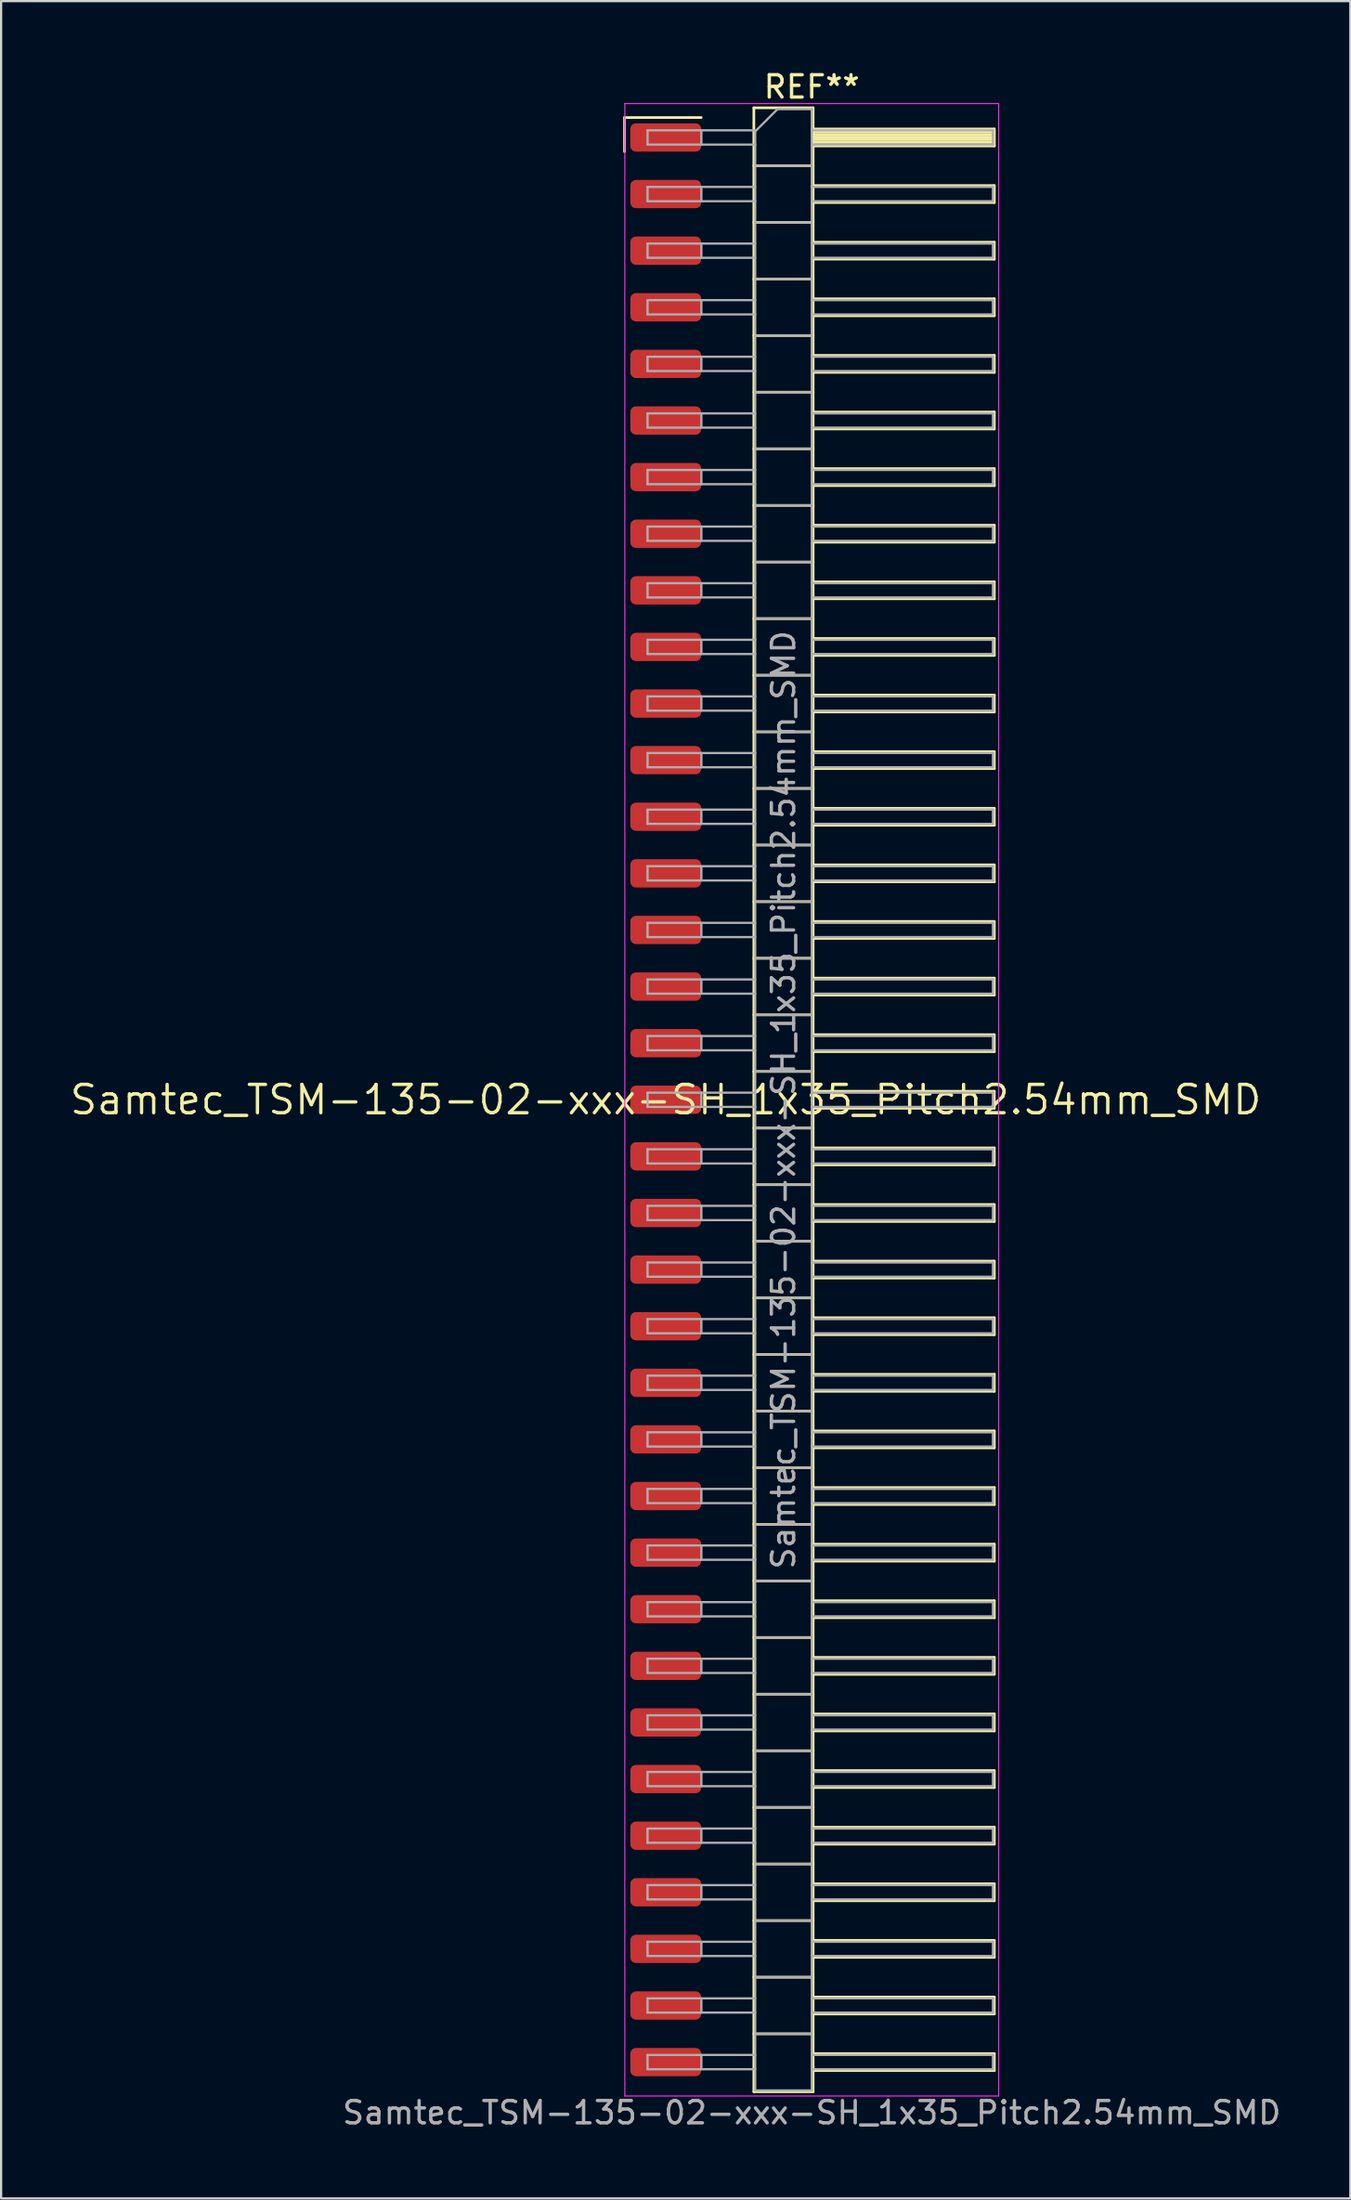
<source format=kicad_pcb>
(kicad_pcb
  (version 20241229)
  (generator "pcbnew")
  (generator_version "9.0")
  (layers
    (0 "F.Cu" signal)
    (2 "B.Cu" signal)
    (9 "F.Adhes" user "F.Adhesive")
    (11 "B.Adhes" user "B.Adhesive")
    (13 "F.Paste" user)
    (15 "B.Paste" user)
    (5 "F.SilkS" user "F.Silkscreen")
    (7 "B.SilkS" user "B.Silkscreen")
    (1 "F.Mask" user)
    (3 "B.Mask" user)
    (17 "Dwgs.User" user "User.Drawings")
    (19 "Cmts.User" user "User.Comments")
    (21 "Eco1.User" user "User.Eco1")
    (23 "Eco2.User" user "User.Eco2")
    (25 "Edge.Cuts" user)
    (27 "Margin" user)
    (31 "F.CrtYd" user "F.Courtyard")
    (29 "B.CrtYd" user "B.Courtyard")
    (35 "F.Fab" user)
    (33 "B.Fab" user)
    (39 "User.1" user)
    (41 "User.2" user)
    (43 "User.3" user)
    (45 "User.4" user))
  (footprint "Samtec_TSM-135-02-xxx-SH_1x35_Pitch2.54mm_SMD"
    (layer "F.Cu")
    (at 26.828 46.298)
    (property "Reference" "Samtec_TSM-135-02-xxx-SH_1x35_Pitch2.54mm_SMD" (at 0 0 0) (layer "F.SilkS") (effects (font (size 1.27 1.27) (thickness 0.15))))
    (attr smd)
    (fp_line (start -1.85 -44.075) (end 1.59 -44.075) (stroke (width 0.12) (type solid)) (layer "F.SilkS"))
    (fp_line (start -1.85 -42.545) (end -1.85 -44.075) (stroke (width 0.12) (type solid)) (layer "F.SilkS"))
    (fp_line (start 3.953 -44.51) (end 6.613 -44.51) (stroke (width 0.12) (type solid)) (layer "F.SilkS"))
    (fp_line (start 3.953 -41.91) (end 6.613 -41.91) (stroke (width 0.12) (type solid)) (layer "F.SilkS"))
    (fp_line (start 3.953 -39.37) (end 6.613 -39.37) (stroke (width 0.12) (type solid)) (layer "F.SilkS"))
    (fp_line (start 3.953 -36.83) (end 6.613 -36.83) (stroke (width 0.12) (type solid)) (layer "F.SilkS"))
    (fp_line (start 3.953 -34.29) (end 6.613 -34.29) (stroke (width 0.12) (type solid)) (layer "F.SilkS"))
    (fp_line (start 3.953 -31.75) (end 6.613 -31.75) (stroke (width 0.12) (type solid)) (layer "F.SilkS"))
    (fp_line (start 3.953 -29.21) (end 6.613 -29.21) (stroke (width 0.12) (type solid)) (layer "F.SilkS"))
    (fp_line (start 3.953 -26.67) (end 6.613 -26.67) (stroke (width 0.12) (type solid)) (layer "F.SilkS"))
    (fp_line (start 3.953 -24.13) (end 6.613 -24.13) (stroke (width 0.12) (type solid)) (layer "F.SilkS"))
    (fp_line (start 3.953 -21.59) (end 6.613 -21.59) (stroke (width 0.12) (type solid)) (layer "F.SilkS"))
    (fp_line (start 3.953 -19.05) (end 6.613 -19.05) (stroke (width 0.12) (type solid)) (layer "F.SilkS"))
    (fp_line (start 3.953 -16.51) (end 6.613 -16.51) (stroke (width 0.12) (type solid)) (layer "F.SilkS"))
    (fp_line (start 3.953 -13.97) (end 6.613 -13.97) (stroke (width 0.12) (type solid)) (layer "F.SilkS"))
    (fp_line (start 3.953 -11.43) (end 6.613 -11.43) (stroke (width 0.12) (type solid)) (layer "F.SilkS"))
    (fp_line (start 3.953 -8.89) (end 6.613 -8.89) (stroke (width 0.12) (type solid)) (layer "F.SilkS"))
    (fp_line (start 3.953 -6.35) (end 6.613 -6.35) (stroke (width 0.12) (type solid)) (layer "F.SilkS"))
    (fp_line (start 3.953 -3.81) (end 6.613 -3.81) (stroke (width 0.12) (type solid)) (layer "F.SilkS"))
    (fp_line (start 3.953 -1.27) (end 6.613 -1.27) (stroke (width 0.12) (type solid)) (layer "F.SilkS"))
    (fp_line (start 3.953 1.27) (end 6.613 1.27) (stroke (width 0.12) (type solid)) (layer "F.SilkS"))
    (fp_line (start 3.953 3.81) (end 6.613 3.81) (stroke (width 0.12) (type solid)) (layer "F.SilkS"))
    (fp_line (start 3.953 6.35) (end 6.613 6.35) (stroke (width 0.12) (type solid)) (layer "F.SilkS"))
    (fp_line (start 3.953 8.89) (end 6.613 8.89) (stroke (width 0.12) (type solid)) (layer "F.SilkS"))
    (fp_line (start 3.953 11.43) (end 6.613 11.43) (stroke (width 0.12) (type solid)) (layer "F.SilkS"))
    (fp_line (start 3.953 13.97) (end 6.613 13.97) (stroke (width 0.12) (type solid)) (layer "F.SilkS"))
    (fp_line (start 3.953 16.51) (end 6.613 16.51) (stroke (width 0.12) (type solid)) (layer "F.SilkS"))
    (fp_line (start 3.953 19.05) (end 6.613 19.05) (stroke (width 0.12) (type solid)) (layer "F.SilkS"))
    (fp_line (start 3.953 21.59) (end 6.613 21.59) (stroke (width 0.12) (type solid)) (layer "F.SilkS"))
    (fp_line (start 3.953 24.13) (end 6.613 24.13) (stroke (width 0.12) (type solid)) (layer "F.SilkS"))
    (fp_line (start 3.953 26.67) (end 6.613 26.67) (stroke (width 0.12) (type solid)) (layer "F.SilkS"))
    (fp_line (start 3.953 29.21) (end 6.613 29.21) (stroke (width 0.12) (type solid)) (layer "F.SilkS"))
    (fp_line (start 3.953 31.75) (end 6.613 31.75) (stroke (width 0.12) (type solid)) (layer "F.SilkS"))
    (fp_line (start 3.953 34.29) (end 6.613 34.29) (stroke (width 0.12) (type solid)) (layer "F.SilkS"))
    (fp_line (start 3.953 36.83) (end 6.613 36.83) (stroke (width 0.12) (type solid)) (layer "F.SilkS"))
    (fp_line (start 3.953 39.37) (end 6.613 39.37) (stroke (width 0.12) (type solid)) (layer "F.SilkS"))
    (fp_line (start 3.953 41.91) (end 6.613 41.91) (stroke (width 0.12) (type solid)) (layer "F.SilkS"))
    (fp_line (start 3.953 44.51) (end 3.953 -44.51) (stroke (width 0.12) (type solid)) (layer "F.SilkS"))
    (fp_line (start 6.613 -44.51) (end 6.613 44.51) (stroke (width 0.12) (type solid)) (layer "F.SilkS"))
    (fp_line (start 6.613 -43.56) (end 14.743 -43.56) (stroke (width 0.12) (type solid)) (layer "F.SilkS"))
    (fp_line (start 6.613 -43.44) (end 14.743 -43.44) (stroke (width 0.12) (type solid)) (layer "F.SilkS"))
    (fp_line (start 6.613 -43.32) (end 14.743 -43.32) (stroke (width 0.12) (type solid)) (layer "F.SilkS"))
    (fp_line (start 6.613 -43.2) (end 14.743 -43.2) (stroke (width 0.12) (type solid)) (layer "F.SilkS"))
    (fp_line (start 6.613 -43.08) (end 14.743 -43.08) (stroke (width 0.12) (type solid)) (layer "F.SilkS"))
    (fp_line (start 6.613 -42.96) (end 14.743 -42.96) (stroke (width 0.12) (type solid)) (layer "F.SilkS"))
    (fp_line (start 6.613 -42.84) (end 14.743 -42.84) (stroke (width 0.12) (type solid)) (layer "F.SilkS"))
    (fp_line (start 6.613 -42.8) (end 14.743 -42.8) (stroke (width 0.12) (type solid)) (layer "F.SilkS"))
    (fp_line (start 6.613 -41.02) (end 14.743 -41.02) (stroke (width 0.12) (type solid)) (layer "F.SilkS"))
    (fp_line (start 6.613 -40.26) (end 14.743 -40.26) (stroke (width 0.12) (type solid)) (layer "F.SilkS"))
    (fp_line (start 6.613 -38.48) (end 14.743 -38.48) (stroke (width 0.12) (type solid)) (layer "F.SilkS"))
    (fp_line (start 6.613 -37.72) (end 14.743 -37.72) (stroke (width 0.12) (type solid)) (layer "F.SilkS"))
    (fp_line (start 6.613 -35.94) (end 14.743 -35.94) (stroke (width 0.12) (type solid)) (layer "F.SilkS"))
    (fp_line (start 6.613 -35.18) (end 14.743 -35.18) (stroke (width 0.12) (type solid)) (layer "F.SilkS"))
    (fp_line (start 6.613 -33.4) (end 14.743 -33.4) (stroke (width 0.12) (type solid)) (layer "F.SilkS"))
    (fp_line (start 6.613 -32.64) (end 14.743 -32.64) (stroke (width 0.12) (type solid)) (layer "F.SilkS"))
    (fp_line (start 6.613 -30.86) (end 14.743 -30.86) (stroke (width 0.12) (type solid)) (layer "F.SilkS"))
    (fp_line (start 6.613 -30.1) (end 14.743 -30.1) (stroke (width 0.12) (type solid)) (layer "F.SilkS"))
    (fp_line (start 6.613 -28.32) (end 14.743 -28.32) (stroke (width 0.12) (type solid)) (layer "F.SilkS"))
    (fp_line (start 6.613 -27.56) (end 14.743 -27.56) (stroke (width 0.12) (type solid)) (layer "F.SilkS"))
    (fp_line (start 6.613 -25.78) (end 14.743 -25.78) (stroke (width 0.12) (type solid)) (layer "F.SilkS"))
    (fp_line (start 6.613 -25.02) (end 14.743 -25.02) (stroke (width 0.12) (type solid)) (layer "F.SilkS"))
    (fp_line (start 6.613 -23.24) (end 14.743 -23.24) (stroke (width 0.12) (type solid)) (layer "F.SilkS"))
    (fp_line (start 6.613 -22.48) (end 14.743 -22.48) (stroke (width 0.12) (type solid)) (layer "F.SilkS"))
    (fp_line (start 6.613 -20.7) (end 14.743 -20.7) (stroke (width 0.12) (type solid)) (layer "F.SilkS"))
    (fp_line (start 6.613 -19.94) (end 14.743 -19.94) (stroke (width 0.12) (type solid)) (layer "F.SilkS"))
    (fp_line (start 6.613 -18.16) (end 14.743 -18.16) (stroke (width 0.12) (type solid)) (layer "F.SilkS"))
    (fp_line (start 6.613 -17.4) (end 14.743 -17.4) (stroke (width 0.12) (type solid)) (layer "F.SilkS"))
    (fp_line (start 6.613 -15.62) (end 14.743 -15.62) (stroke (width 0.12) (type solid)) (layer "F.SilkS"))
    (fp_line (start 6.613 -14.86) (end 14.743 -14.86) (stroke (width 0.12) (type solid)) (layer "F.SilkS"))
    (fp_line (start 6.613 -13.08) (end 14.743 -13.08) (stroke (width 0.12) (type solid)) (layer "F.SilkS"))
    (fp_line (start 6.613 -12.32) (end 14.743 -12.32) (stroke (width 0.12) (type solid)) (layer "F.SilkS"))
    (fp_line (start 6.613 -10.54) (end 14.743 -10.54) (stroke (width 0.12) (type solid)) (layer "F.SilkS"))
    (fp_line (start 6.613 -9.78) (end 14.743 -9.78) (stroke (width 0.12) (type solid)) (layer "F.SilkS"))
    (fp_line (start 6.613 -8) (end 14.743 -8) (stroke (width 0.12) (type solid)) (layer "F.SilkS"))
    (fp_line (start 6.613 -7.24) (end 14.743 -7.24) (stroke (width 0.12) (type solid)) (layer "F.SilkS"))
    (fp_line (start 6.613 -5.46) (end 14.743 -5.46) (stroke (width 0.12) (type solid)) (layer "F.SilkS"))
    (fp_line (start 6.613 -4.7) (end 14.743 -4.7) (stroke (width 0.12) (type solid)) (layer "F.SilkS"))
    (fp_line (start 6.613 -2.92) (end 14.743 -2.92) (stroke (width 0.12) (type solid)) (layer "F.SilkS"))
    (fp_line (start 6.613 -2.16) (end 14.743 -2.16) (stroke (width 0.12) (type solid)) (layer "F.SilkS"))
    (fp_line (start 6.613 -0.38) (end 14.743 -0.38) (stroke (width 0.12) (type solid)) (layer "F.SilkS"))
    (fp_line (start 6.613 0.38) (end 14.743 0.38) (stroke (width 0.12) (type solid)) (layer "F.SilkS"))
    (fp_line (start 6.613 2.16) (end 14.743 2.16) (stroke (width 0.12) (type solid)) (layer "F.SilkS"))
    (fp_line (start 6.613 2.92) (end 14.743 2.92) (stroke (width 0.12) (type solid)) (layer "F.SilkS"))
    (fp_line (start 6.613 4.7) (end 14.743 4.7) (stroke (width 0.12) (type solid)) (layer "F.SilkS"))
    (fp_line (start 6.613 5.46) (end 14.743 5.46) (stroke (width 0.12) (type solid)) (layer "F.SilkS"))
    (fp_line (start 6.613 7.24) (end 14.743 7.24) (stroke (width 0.12) (type solid)) (layer "F.SilkS"))
    (fp_line (start 6.613 8) (end 14.743 8) (stroke (width 0.12) (type solid)) (layer "F.SilkS"))
    (fp_line (start 6.613 9.78) (end 14.743 9.78) (stroke (width 0.12) (type solid)) (layer "F.SilkS"))
    (fp_line (start 6.613 10.54) (end 14.743 10.54) (stroke (width 0.12) (type solid)) (layer "F.SilkS"))
    (fp_line (start 6.613 12.32) (end 14.743 12.32) (stroke (width 0.12) (type solid)) (layer "F.SilkS"))
    (fp_line (start 6.613 13.08) (end 14.743 13.08) (stroke (width 0.12) (type solid)) (layer "F.SilkS"))
    (fp_line (start 6.613 14.86) (end 14.743 14.86) (stroke (width 0.12) (type solid)) (layer "F.SilkS"))
    (fp_line (start 6.613 15.62) (end 14.743 15.62) (stroke (width 0.12) (type solid)) (layer "F.SilkS"))
    (fp_line (start 6.613 17.4) (end 14.743 17.4) (stroke (width 0.12) (type solid)) (layer "F.SilkS"))
    (fp_line (start 6.613 18.16) (end 14.743 18.16) (stroke (width 0.12) (type solid)) (layer "F.SilkS"))
    (fp_line (start 6.613 19.94) (end 14.743 19.94) (stroke (width 0.12) (type solid)) (layer "F.SilkS"))
    (fp_line (start 6.613 20.7) (end 14.743 20.7) (stroke (width 0.12) (type solid)) (layer "F.SilkS"))
    (fp_line (start 6.613 22.48) (end 14.743 22.48) (stroke (width 0.12) (type solid)) (layer "F.SilkS"))
    (fp_line (start 6.613 23.24) (end 14.743 23.24) (stroke (width 0.12) (type solid)) (layer "F.SilkS"))
    (fp_line (start 6.613 25.02) (end 14.743 25.02) (stroke (width 0.12) (type solid)) (layer "F.SilkS"))
    (fp_line (start 6.613 25.78) (end 14.743 25.78) (stroke (width 0.12) (type solid)) (layer "F.SilkS"))
    (fp_line (start 6.613 27.56) (end 14.743 27.56) (stroke (width 0.12) (type solid)) (layer "F.SilkS"))
    (fp_line (start 6.613 28.32) (end 14.743 28.32) (stroke (width 0.12) (type solid)) (layer "F.SilkS"))
    (fp_line (start 6.613 30.1) (end 14.743 30.1) (stroke (width 0.12) (type solid)) (layer "F.SilkS"))
    (fp_line (start 6.613 30.86) (end 14.743 30.86) (stroke (width 0.12) (type solid)) (layer "F.SilkS"))
    (fp_line (start 6.613 32.64) (end 14.743 32.64) (stroke (width 0.12) (type solid)) (layer "F.SilkS"))
    (fp_line (start 6.613 33.4) (end 14.743 33.4) (stroke (width 0.12) (type solid)) (layer "F.SilkS"))
    (fp_line (start 6.613 35.18) (end 14.743 35.18) (stroke (width 0.12) (type solid)) (layer "F.SilkS"))
    (fp_line (start 6.613 35.94) (end 14.743 35.94) (stroke (width 0.12) (type solid)) (layer "F.SilkS"))
    (fp_line (start 6.613 37.72) (end 14.743 37.72) (stroke (width 0.12) (type solid)) (layer "F.SilkS"))
    (fp_line (start 6.613 38.48) (end 14.743 38.48) (stroke (width 0.12) (type solid)) (layer "F.SilkS"))
    (fp_line (start 6.613 40.26) (end 14.743 40.26) (stroke (width 0.12) (type solid)) (layer "F.SilkS"))
    (fp_line (start 6.613 41.02) (end 14.743 41.02) (stroke (width 0.12) (type solid)) (layer "F.SilkS"))
    (fp_line (start 6.613 42.8) (end 14.743 42.8) (stroke (width 0.12) (type solid)) (layer "F.SilkS"))
    (fp_line (start 6.613 43.56) (end 14.743 43.56) (stroke (width 0.12) (type solid)) (layer "F.SilkS"))
    (fp_line (start 6.613 44.51) (end 3.953 44.51) (stroke (width 0.12) (type solid)) (layer "F.SilkS"))
    (fp_line (start 14.743 -43.56) (end 14.743 -42.8) (stroke (width 0.12) (type solid)) (layer "F.SilkS"))
    (fp_line (start 14.743 -41.02) (end 14.743 -40.26) (stroke (width 0.12) (type solid)) (layer "F.SilkS"))
    (fp_line (start 14.743 -38.48) (end 14.743 -37.72) (stroke (width 0.12) (type solid)) (layer "F.SilkS"))
    (fp_line (start 14.743 -35.94) (end 14.743 -35.18) (stroke (width 0.12) (type solid)) (layer "F.SilkS"))
    (fp_line (start 14.743 -33.4) (end 14.743 -32.64) (stroke (width 0.12) (type solid)) (layer "F.SilkS"))
    (fp_line (start 14.743 -30.86) (end 14.743 -30.1) (stroke (width 0.12) (type solid)) (layer "F.SilkS"))
    (fp_line (start 14.743 -28.32) (end 14.743 -27.56) (stroke (width 0.12) (type solid)) (layer "F.SilkS"))
    (fp_line (start 14.743 -25.78) (end 14.743 -25.02) (stroke (width 0.12) (type solid)) (layer "F.SilkS"))
    (fp_line (start 14.743 -23.24) (end 14.743 -22.48) (stroke (width 0.12) (type solid)) (layer "F.SilkS"))
    (fp_line (start 14.743 -20.7) (end 14.743 -19.94) (stroke (width 0.12) (type solid)) (layer "F.SilkS"))
    (fp_line (start 14.743 -18.16) (end 14.743 -17.4) (stroke (width 0.12) (type solid)) (layer "F.SilkS"))
    (fp_line (start 14.743 -15.62) (end 14.743 -14.86) (stroke (width 0.12) (type solid)) (layer "F.SilkS"))
    (fp_line (start 14.743 -13.08) (end 14.743 -12.32) (stroke (width 0.12) (type solid)) (layer "F.SilkS"))
    (fp_line (start 14.743 -10.54) (end 14.743 -9.78) (stroke (width 0.12) (type solid)) (layer "F.SilkS"))
    (fp_line (start 14.743 -8) (end 14.743 -7.24) (stroke (width 0.12) (type solid)) (layer "F.SilkS"))
    (fp_line (start 14.743 -5.46) (end 14.743 -4.7) (stroke (width 0.12) (type solid)) (layer "F.SilkS"))
    (fp_line (start 14.743 -2.92) (end 14.743 -2.16) (stroke (width 0.12) (type solid)) (layer "F.SilkS"))
    (fp_line (start 14.743 -0.38) (end 14.743 0.38) (stroke (width 0.12) (type solid)) (layer "F.SilkS"))
    (fp_line (start 14.743 2.16) (end 14.743 2.92) (stroke (width 0.12) (type solid)) (layer "F.SilkS"))
    (fp_line (start 14.743 4.7) (end 14.743 5.46) (stroke (width 0.12) (type solid)) (layer "F.SilkS"))
    (fp_line (start 14.743 7.24) (end 14.743 8) (stroke (width 0.12) (type solid)) (layer "F.SilkS"))
    (fp_line (start 14.743 9.78) (end 14.743 10.54) (stroke (width 0.12) (type solid)) (layer "F.SilkS"))
    (fp_line (start 14.743 12.32) (end 14.743 13.08) (stroke (width 0.12) (type solid)) (layer "F.SilkS"))
    (fp_line (start 14.743 14.86) (end 14.743 15.62) (stroke (width 0.12) (type solid)) (layer "F.SilkS"))
    (fp_line (start 14.743 17.4) (end 14.743 18.16) (stroke (width 0.12) (type solid)) (layer "F.SilkS"))
    (fp_line (start 14.743 19.94) (end 14.743 20.7) (stroke (width 0.12) (type solid)) (layer "F.SilkS"))
    (fp_line (start 14.743 22.48) (end 14.743 23.24) (stroke (width 0.12) (type solid)) (layer "F.SilkS"))
    (fp_line (start 14.743 25.02) (end 14.743 25.78) (stroke (width 0.12) (type solid)) (layer "F.SilkS"))
    (fp_line (start 14.743 27.56) (end 14.743 28.32) (stroke (width 0.12) (type solid)) (layer "F.SilkS"))
    (fp_line (start 14.743 30.1) (end 14.743 30.86) (stroke (width 0.12) (type solid)) (layer "F.SilkS"))
    (fp_line (start 14.743 32.64) (end 14.743 33.4) (stroke (width 0.12) (type solid)) (layer "F.SilkS"))
    (fp_line (start 14.743 35.18) (end 14.743 35.94) (stroke (width 0.12) (type solid)) (layer "F.SilkS"))
    (fp_line (start 14.743 37.72) (end 14.743 38.48) (stroke (width 0.12) (type solid)) (layer "F.SilkS"))
    (fp_line (start 14.743 40.26) (end 14.743 41.02) (stroke (width 0.12) (type solid)) (layer "F.SilkS"))
    (fp_line (start 14.743 42.8) (end 14.743 43.56) (stroke (width 0.12) (type solid)) (layer "F.SilkS"))
    (fp_line (start -1.84 -44.7) (end 14.94 -44.7) (stroke (width 0.05) (type solid)) (layer "F.CrtYd"))
    (fp_line (start -1.84 44.7) (end -1.84 -44.7) (stroke (width 0.05) (type solid)) (layer "F.CrtYd"))
    (fp_line (start 14.94 -44.7) (end 14.94 44.7) (stroke (width 0.05) (type solid)) (layer "F.CrtYd"))
    (fp_line (start 14.94 44.7) (end -1.84 44.7) (stroke (width 0.05) (type solid)) (layer "F.CrtYd"))
    (fp_line (start -0.817 -43.5) (end -0.817 -42.86) (stroke (width 0.1) (type solid)) (layer "F.Fab"))
    (fp_line (start -0.817 -43.5) (end 4.013 -43.5) (stroke (width 0.1) (type solid)) (layer "F.Fab"))
    (fp_line (start -0.817 -42.86) (end 4.013 -42.86) (stroke (width 0.1) (type solid)) (layer "F.Fab"))
    (fp_line (start -0.817 -40.96) (end -0.817 -40.32) (stroke (width 0.1) (type solid)) (layer "F.Fab"))
    (fp_line (start -0.817 -40.96) (end 4.013 -40.96) (stroke (width 0.1) (type solid)) (layer "F.Fab"))
    (fp_line (start -0.817 -40.32) (end 4.013 -40.32) (stroke (width 0.1) (type solid)) (layer "F.Fab"))
    (fp_line (start -0.817 -38.42) (end -0.817 -37.78) (stroke (width 0.1) (type solid)) (layer "F.Fab"))
    (fp_line (start -0.817 -38.42) (end 4.013 -38.42) (stroke (width 0.1) (type solid)) (layer "F.Fab"))
    (fp_line (start -0.817 -37.78) (end 4.013 -37.78) (stroke (width 0.1) (type solid)) (layer "F.Fab"))
    (fp_line (start -0.817 -35.88) (end -0.817 -35.24) (stroke (width 0.1) (type solid)) (layer "F.Fab"))
    (fp_line (start -0.817 -35.88) (end 4.013 -35.88) (stroke (width 0.1) (type solid)) (layer "F.Fab"))
    (fp_line (start -0.817 -35.24) (end 4.013 -35.24) (stroke (width 0.1) (type solid)) (layer "F.Fab"))
    (fp_line (start -0.817 -33.34) (end -0.817 -32.7) (stroke (width 0.1) (type solid)) (layer "F.Fab"))
    (fp_line (start -0.817 -33.34) (end 4.013 -33.34) (stroke (width 0.1) (type solid)) (layer "F.Fab"))
    (fp_line (start -0.817 -32.7) (end 4.013 -32.7) (stroke (width 0.1) (type solid)) (layer "F.Fab"))
    (fp_line (start -0.817 -30.8) (end -0.817 -30.16) (stroke (width 0.1) (type solid)) (layer "F.Fab"))
    (fp_line (start -0.817 -30.8) (end 4.013 -30.8) (stroke (width 0.1) (type solid)) (layer "F.Fab"))
    (fp_line (start -0.817 -30.16) (end 4.013 -30.16) (stroke (width 0.1) (type solid)) (layer "F.Fab"))
    (fp_line (start -0.817 -28.26) (end -0.817 -27.62) (stroke (width 0.1) (type solid)) (layer "F.Fab"))
    (fp_line (start -0.817 -28.26) (end 4.013 -28.26) (stroke (width 0.1) (type solid)) (layer "F.Fab"))
    (fp_line (start -0.817 -27.62) (end 4.013 -27.62) (stroke (width 0.1) (type solid)) (layer "F.Fab"))
    (fp_line (start -0.817 -25.72) (end -0.817 -25.08) (stroke (width 0.1) (type solid)) (layer "F.Fab"))
    (fp_line (start -0.817 -25.72) (end 4.013 -25.72) (stroke (width 0.1) (type solid)) (layer "F.Fab"))
    (fp_line (start -0.817 -25.08) (end 4.013 -25.08) (stroke (width 0.1) (type solid)) (layer "F.Fab"))
    (fp_line (start -0.817 -23.18) (end -0.817 -22.54) (stroke (width 0.1) (type solid)) (layer "F.Fab"))
    (fp_line (start -0.817 -23.18) (end 4.013 -23.18) (stroke (width 0.1) (type solid)) (layer "F.Fab"))
    (fp_line (start -0.817 -22.54) (end 4.013 -22.54) (stroke (width 0.1) (type solid)) (layer "F.Fab"))
    (fp_line (start -0.817 -20.64) (end -0.817 -20) (stroke (width 0.1) (type solid)) (layer "F.Fab"))
    (fp_line (start -0.817 -20.64) (end 4.013 -20.64) (stroke (width 0.1) (type solid)) (layer "F.Fab"))
    (fp_line (start -0.817 -20) (end 4.013 -20) (stroke (width 0.1) (type solid)) (layer "F.Fab"))
    (fp_line (start -0.817 -18.1) (end -0.817 -17.46) (stroke (width 0.1) (type solid)) (layer "F.Fab"))
    (fp_line (start -0.817 -18.1) (end 4.013 -18.1) (stroke (width 0.1) (type solid)) (layer "F.Fab"))
    (fp_line (start -0.817 -17.46) (end 4.013 -17.46) (stroke (width 0.1) (type solid)) (layer "F.Fab"))
    (fp_line (start -0.817 -15.56) (end -0.817 -14.92) (stroke (width 0.1) (type solid)) (layer "F.Fab"))
    (fp_line (start -0.817 -15.56) (end 4.013 -15.56) (stroke (width 0.1) (type solid)) (layer "F.Fab"))
    (fp_line (start -0.817 -14.92) (end 4.013 -14.92) (stroke (width 0.1) (type solid)) (layer "F.Fab"))
    (fp_line (start -0.817 -13.02) (end -0.817 -12.38) (stroke (width 0.1) (type solid)) (layer "F.Fab"))
    (fp_line (start -0.817 -13.02) (end 4.013 -13.02) (stroke (width 0.1) (type solid)) (layer "F.Fab"))
    (fp_line (start -0.817 -12.38) (end 4.013 -12.38) (stroke (width 0.1) (type solid)) (layer "F.Fab"))
    (fp_line (start -0.817 -10.48) (end -0.817 -9.84) (stroke (width 0.1) (type solid)) (layer "F.Fab"))
    (fp_line (start -0.817 -10.48) (end 4.013 -10.48) (stroke (width 0.1) (type solid)) (layer "F.Fab"))
    (fp_line (start -0.817 -9.84) (end 4.013 -9.84) (stroke (width 0.1) (type solid)) (layer "F.Fab"))
    (fp_line (start -0.817 -7.94) (end -0.817 -7.3) (stroke (width 0.1) (type solid)) (layer "F.Fab"))
    (fp_line (start -0.817 -7.94) (end 4.013 -7.94) (stroke (width 0.1) (type solid)) (layer "F.Fab"))
    (fp_line (start -0.817 -7.3) (end 4.013 -7.3) (stroke (width 0.1) (type solid)) (layer "F.Fab"))
    (fp_line (start -0.817 -5.4) (end -0.817 -4.76) (stroke (width 0.1) (type solid)) (layer "F.Fab"))
    (fp_line (start -0.817 -5.4) (end 4.013 -5.4) (stroke (width 0.1) (type solid)) (layer "F.Fab"))
    (fp_line (start -0.817 -4.76) (end 4.013 -4.76) (stroke (width 0.1) (type solid)) (layer "F.Fab"))
    (fp_line (start -0.817 -2.86) (end -0.817 -2.22) (stroke (width 0.1) (type solid)) (layer "F.Fab"))
    (fp_line (start -0.817 -2.86) (end 4.013 -2.86) (stroke (width 0.1) (type solid)) (layer "F.Fab"))
    (fp_line (start -0.817 -2.22) (end 4.013 -2.22) (stroke (width 0.1) (type solid)) (layer "F.Fab"))
    (fp_line (start -0.817 -0.32) (end -0.817 0.32) (stroke (width 0.1) (type solid)) (layer "F.Fab"))
    (fp_line (start -0.817 -0.32) (end 4.013 -0.32) (stroke (width 0.1) (type solid)) (layer "F.Fab"))
    (fp_line (start -0.817 0.32) (end 4.013 0.32) (stroke (width 0.1) (type solid)) (layer "F.Fab"))
    (fp_line (start -0.817 2.22) (end -0.817 2.86) (stroke (width 0.1) (type solid)) (layer "F.Fab"))
    (fp_line (start -0.817 2.22) (end 4.013 2.22) (stroke (width 0.1) (type solid)) (layer "F.Fab"))
    (fp_line (start -0.817 2.86) (end 4.013 2.86) (stroke (width 0.1) (type solid)) (layer "F.Fab"))
    (fp_line (start -0.817 4.76) (end -0.817 5.4) (stroke (width 0.1) (type solid)) (layer "F.Fab"))
    (fp_line (start -0.817 4.76) (end 4.013 4.76) (stroke (width 0.1) (type solid)) (layer "F.Fab"))
    (fp_line (start -0.817 5.4) (end 4.013 5.4) (stroke (width 0.1) (type solid)) (layer "F.Fab"))
    (fp_line (start -0.817 7.3) (end -0.817 7.94) (stroke (width 0.1) (type solid)) (layer "F.Fab"))
    (fp_line (start -0.817 7.3) (end 4.013 7.3) (stroke (width 0.1) (type solid)) (layer "F.Fab"))
    (fp_line (start -0.817 7.94) (end 4.013 7.94) (stroke (width 0.1) (type solid)) (layer "F.Fab"))
    (fp_line (start -0.817 9.84) (end -0.817 10.48) (stroke (width 0.1) (type solid)) (layer "F.Fab"))
    (fp_line (start -0.817 9.84) (end 4.013 9.84) (stroke (width 0.1) (type solid)) (layer "F.Fab"))
    (fp_line (start -0.817 10.48) (end 4.013 10.48) (stroke (width 0.1) (type solid)) (layer "F.Fab"))
    (fp_line (start -0.817 12.38) (end -0.817 13.02) (stroke (width 0.1) (type solid)) (layer "F.Fab"))
    (fp_line (start -0.817 12.38) (end 4.013 12.38) (stroke (width 0.1) (type solid)) (layer "F.Fab"))
    (fp_line (start -0.817 13.02) (end 4.013 13.02) (stroke (width 0.1) (type solid)) (layer "F.Fab"))
    (fp_line (start -0.817 14.92) (end -0.817 15.56) (stroke (width 0.1) (type solid)) (layer "F.Fab"))
    (fp_line (start -0.817 14.92) (end 4.013 14.92) (stroke (width 0.1) (type solid)) (layer "F.Fab"))
    (fp_line (start -0.817 15.56) (end 4.013 15.56) (stroke (width 0.1) (type solid)) (layer "F.Fab"))
    (fp_line (start -0.817 17.46) (end -0.817 18.1) (stroke (width 0.1) (type solid)) (layer "F.Fab"))
    (fp_line (start -0.817 17.46) (end 4.013 17.46) (stroke (width 0.1) (type solid)) (layer "F.Fab"))
    (fp_line (start -0.817 18.1) (end 4.013 18.1) (stroke (width 0.1) (type solid)) (layer "F.Fab"))
    (fp_line (start -0.817 20) (end -0.817 20.64) (stroke (width 0.1) (type solid)) (layer "F.Fab"))
    (fp_line (start -0.817 20) (end 4.013 20) (stroke (width 0.1) (type solid)) (layer "F.Fab"))
    (fp_line (start -0.817 20.64) (end 4.013 20.64) (stroke (width 0.1) (type solid)) (layer "F.Fab"))
    (fp_line (start -0.817 22.54) (end -0.817 23.18) (stroke (width 0.1) (type solid)) (layer "F.Fab"))
    (fp_line (start -0.817 22.54) (end 4.013 22.54) (stroke (width 0.1) (type solid)) (layer "F.Fab"))
    (fp_line (start -0.817 23.18) (end 4.013 23.18) (stroke (width 0.1) (type solid)) (layer "F.Fab"))
    (fp_line (start -0.817 25.08) (end -0.817 25.72) (stroke (width 0.1) (type solid)) (layer "F.Fab"))
    (fp_line (start -0.817 25.08) (end 4.013 25.08) (stroke (width 0.1) (type solid)) (layer "F.Fab"))
    (fp_line (start -0.817 25.72) (end 4.013 25.72) (stroke (width 0.1) (type solid)) (layer "F.Fab"))
    (fp_line (start -0.817 27.62) (end -0.817 28.26) (stroke (width 0.1) (type solid)) (layer "F.Fab"))
    (fp_line (start -0.817 27.62) (end 4.013 27.62) (stroke (width 0.1) (type solid)) (layer "F.Fab"))
    (fp_line (start -0.817 28.26) (end 4.013 28.26) (stroke (width 0.1) (type solid)) (layer "F.Fab"))
    (fp_line (start -0.817 30.16) (end -0.817 30.8) (stroke (width 0.1) (type solid)) (layer "F.Fab"))
    (fp_line (start -0.817 30.16) (end 4.013 30.16) (stroke (width 0.1) (type solid)) (layer "F.Fab"))
    (fp_line (start -0.817 30.8) (end 4.013 30.8) (stroke (width 0.1) (type solid)) (layer "F.Fab"))
    (fp_line (start -0.817 32.7) (end -0.817 33.34) (stroke (width 0.1) (type solid)) (layer "F.Fab"))
    (fp_line (start -0.817 32.7) (end 4.013 32.7) (stroke (width 0.1) (type solid)) (layer "F.Fab"))
    (fp_line (start -0.817 33.34) (end 4.013 33.34) (stroke (width 0.1) (type solid)) (layer "F.Fab"))
    (fp_line (start -0.817 35.24) (end -0.817 35.88) (stroke (width 0.1) (type solid)) (layer "F.Fab"))
    (fp_line (start -0.817 35.24) (end 4.013 35.24) (stroke (width 0.1) (type solid)) (layer "F.Fab"))
    (fp_line (start -0.817 35.88) (end 4.013 35.88) (stroke (width 0.1) (type solid)) (layer "F.Fab"))
    (fp_line (start -0.817 37.78) (end -0.817 38.42) (stroke (width 0.1) (type solid)) (layer "F.Fab"))
    (fp_line (start -0.817 37.78) (end 4.013 37.78) (stroke (width 0.1) (type solid)) (layer "F.Fab"))
    (fp_line (start -0.817 38.42) (end 4.013 38.42) (stroke (width 0.1) (type solid)) (layer "F.Fab"))
    (fp_line (start -0.817 40.32) (end -0.817 40.96) (stroke (width 0.1) (type solid)) (layer "F.Fab"))
    (fp_line (start -0.817 40.32) (end 4.013 40.32) (stroke (width 0.1) (type solid)) (layer "F.Fab"))
    (fp_line (start -0.817 40.96) (end 4.013 40.96) (stroke (width 0.1) (type solid)) (layer "F.Fab"))
    (fp_line (start -0.817 42.86) (end -0.817 43.5) (stroke (width 0.1) (type solid)) (layer "F.Fab"))
    (fp_line (start -0.817 42.86) (end 4.013 42.86) (stroke (width 0.1) (type solid)) (layer "F.Fab"))
    (fp_line (start -0.817 43.5) (end 4.013 43.5) (stroke (width 0.1) (type solid)) (layer "F.Fab"))
    (fp_line (start 1.598 -43.5) (end 1.598 -42.86) (stroke (width 0.1) (type solid)) (layer "F.Fab"))
    (fp_line (start 1.598 -40.96) (end 1.598 -40.32) (stroke (width 0.1) (type solid)) (layer "F.Fab"))
    (fp_line (start 1.598 -38.42) (end 1.598 -37.78) (stroke (width 0.1) (type solid)) (layer "F.Fab"))
    (fp_line (start 1.598 -35.88) (end 1.598 -35.24) (stroke (width 0.1) (type solid)) (layer "F.Fab"))
    (fp_line (start 1.598 -33.34) (end 1.598 -32.7) (stroke (width 0.1) (type solid)) (layer "F.Fab"))
    (fp_line (start 1.598 -30.8) (end 1.598 -30.16) (stroke (width 0.1) (type solid)) (layer "F.Fab"))
    (fp_line (start 1.598 -28.26) (end 1.598 -27.62) (stroke (width 0.1) (type solid)) (layer "F.Fab"))
    (fp_line (start 1.598 -25.72) (end 1.598 -25.08) (stroke (width 0.1) (type solid)) (layer "F.Fab"))
    (fp_line (start 1.598 -23.18) (end 1.598 -22.54) (stroke (width 0.1) (type solid)) (layer "F.Fab"))
    (fp_line (start 1.598 -20.64) (end 1.598 -20) (stroke (width 0.1) (type solid)) (layer "F.Fab"))
    (fp_line (start 1.598 -18.1) (end 1.598 -17.46) (stroke (width 0.1) (type solid)) (layer "F.Fab"))
    (fp_line (start 1.598 -15.56) (end 1.598 -14.92) (stroke (width 0.1) (type solid)) (layer "F.Fab"))
    (fp_line (start 1.598 -13.02) (end 1.598 -12.38) (stroke (width 0.1) (type solid)) (layer "F.Fab"))
    (fp_line (start 1.598 -10.48) (end 1.598 -9.84) (stroke (width 0.1) (type solid)) (layer "F.Fab"))
    (fp_line (start 1.598 -7.94) (end 1.598 -7.3) (stroke (width 0.1) (type solid)) (layer "F.Fab"))
    (fp_line (start 1.598 -5.4) (end 1.598 -4.76) (stroke (width 0.1) (type solid)) (layer "F.Fab"))
    (fp_line (start 1.598 -2.86) (end 1.598 -2.22) (stroke (width 0.1) (type solid)) (layer "F.Fab"))
    (fp_line (start 1.598 -0.32) (end 1.598 0.32) (stroke (width 0.1) (type solid)) (layer "F.Fab"))
    (fp_line (start 1.598 2.22) (end 1.598 2.86) (stroke (width 0.1) (type solid)) (layer "F.Fab"))
    (fp_line (start 1.598 4.76) (end 1.598 5.4) (stroke (width 0.1) (type solid)) (layer "F.Fab"))
    (fp_line (start 1.598 7.3) (end 1.598 7.94) (stroke (width 0.1) (type solid)) (layer "F.Fab"))
    (fp_line (start 1.598 9.84) (end 1.598 10.48) (stroke (width 0.1) (type solid)) (layer "F.Fab"))
    (fp_line (start 1.598 12.38) (end 1.598 13.02) (stroke (width 0.1) (type solid)) (layer "F.Fab"))
    (fp_line (start 1.598 14.92) (end 1.598 15.56) (stroke (width 0.1) (type solid)) (layer "F.Fab"))
    (fp_line (start 1.598 17.46) (end 1.598 18.1) (stroke (width 0.1) (type solid)) (layer "F.Fab"))
    (fp_line (start 1.598 20) (end 1.598 20.64) (stroke (width 0.1) (type solid)) (layer "F.Fab"))
    (fp_line (start 1.598 22.54) (end 1.598 23.18) (stroke (width 0.1) (type solid)) (layer "F.Fab"))
    (fp_line (start 1.598 25.08) (end 1.598 25.72) (stroke (width 0.1) (type solid)) (layer "F.Fab"))
    (fp_line (start 1.598 27.62) (end 1.598 28.26) (stroke (width 0.1) (type solid)) (layer "F.Fab"))
    (fp_line (start 1.598 30.16) (end 1.598 30.8) (stroke (width 0.1) (type solid)) (layer "F.Fab"))
    (fp_line (start 1.598 32.7) (end 1.598 33.34) (stroke (width 0.1) (type solid)) (layer "F.Fab"))
    (fp_line (start 1.598 35.24) (end 1.598 35.88) (stroke (width 0.1) (type solid)) (layer "F.Fab"))
    (fp_line (start 1.598 37.78) (end 1.598 38.42) (stroke (width 0.1) (type solid)) (layer "F.Fab"))
    (fp_line (start 1.598 40.32) (end 1.598 40.96) (stroke (width 0.1) (type solid)) (layer "F.Fab"))
    (fp_line (start 1.598 42.86) (end 1.598 43.5) (stroke (width 0.1) (type solid)) (layer "F.Fab"))
    (fp_line (start 4.013 -43.45) (end 5.013 -44.45) (stroke (width 0.1) (type solid)) (layer "F.Fab"))
    (fp_line (start 4.013 -41.91) (end 6.553 -41.91) (stroke (width 0.1) (type solid)) (layer "F.Fab"))
    (fp_line (start 4.013 -39.37) (end 6.553 -39.37) (stroke (width 0.1) (type solid)) (layer "F.Fab"))
    (fp_line (start 4.013 -36.83) (end 6.553 -36.83) (stroke (width 0.1) (type solid)) (layer "F.Fab"))
    (fp_line (start 4.013 -34.29) (end 6.553 -34.29) (stroke (width 0.1) (type solid)) (layer "F.Fab"))
    (fp_line (start 4.013 -31.75) (end 6.553 -31.75) (stroke (width 0.1) (type solid)) (layer "F.Fab"))
    (fp_line (start 4.013 -29.21) (end 6.553 -29.21) (stroke (width 0.1) (type solid)) (layer "F.Fab"))
    (fp_line (start 4.013 -26.67) (end 6.553 -26.67) (stroke (width 0.1) (type solid)) (layer "F.Fab"))
    (fp_line (start 4.013 -24.13) (end 6.553 -24.13) (stroke (width 0.1) (type solid)) (layer "F.Fab"))
    (fp_line (start 4.013 -21.59) (end 6.553 -21.59) (stroke (width 0.1) (type solid)) (layer "F.Fab"))
    (fp_line (start 4.013 -19.05) (end 6.553 -19.05) (stroke (width 0.1) (type solid)) (layer "F.Fab"))
    (fp_line (start 4.013 -16.51) (end 6.553 -16.51) (stroke (width 0.1) (type solid)) (layer "F.Fab"))
    (fp_line (start 4.013 -13.97) (end 6.553 -13.97) (stroke (width 0.1) (type solid)) (layer "F.Fab"))
    (fp_line (start 4.013 -11.43) (end 6.553 -11.43) (stroke (width 0.1) (type solid)) (layer "F.Fab"))
    (fp_line (start 4.013 -8.89) (end 6.553 -8.89) (stroke (width 0.1) (type solid)) (layer "F.Fab"))
    (fp_line (start 4.013 -6.35) (end 6.553 -6.35) (stroke (width 0.1) (type solid)) (layer "F.Fab"))
    (fp_line (start 4.013 -3.81) (end 6.553 -3.81) (stroke (width 0.1) (type solid)) (layer "F.Fab"))
    (fp_line (start 4.013 -1.27) (end 6.553 -1.27) (stroke (width 0.1) (type solid)) (layer "F.Fab"))
    (fp_line (start 4.013 1.27) (end 6.553 1.27) (stroke (width 0.1) (type solid)) (layer "F.Fab"))
    (fp_line (start 4.013 3.81) (end 6.553 3.81) (stroke (width 0.1) (type solid)) (layer "F.Fab"))
    (fp_line (start 4.013 6.35) (end 6.553 6.35) (stroke (width 0.1) (type solid)) (layer "F.Fab"))
    (fp_line (start 4.013 8.89) (end 6.553 8.89) (stroke (width 0.1) (type solid)) (layer "F.Fab"))
    (fp_line (start 4.013 11.43) (end 6.553 11.43) (stroke (width 0.1) (type solid)) (layer "F.Fab"))
    (fp_line (start 4.013 13.97) (end 6.553 13.97) (stroke (width 0.1) (type solid)) (layer "F.Fab"))
    (fp_line (start 4.013 16.51) (end 6.553 16.51) (stroke (width 0.1) (type solid)) (layer "F.Fab"))
    (fp_line (start 4.013 19.05) (end 6.553 19.05) (stroke (width 0.1) (type solid)) (layer "F.Fab"))
    (fp_line (start 4.013 21.59) (end 6.553 21.59) (stroke (width 0.1) (type solid)) (layer "F.Fab"))
    (fp_line (start 4.013 24.13) (end 6.553 24.13) (stroke (width 0.1) (type solid)) (layer "F.Fab"))
    (fp_line (start 4.013 26.67) (end 6.553 26.67) (stroke (width 0.1) (type solid)) (layer "F.Fab"))
    (fp_line (start 4.013 29.21) (end 6.553 29.21) (stroke (width 0.1) (type solid)) (layer "F.Fab"))
    (fp_line (start 4.013 31.75) (end 6.553 31.75) (stroke (width 0.1) (type solid)) (layer "F.Fab"))
    (fp_line (start 4.013 34.29) (end 6.553 34.29) (stroke (width 0.1) (type solid)) (layer "F.Fab"))
    (fp_line (start 4.013 36.83) (end 6.553 36.83) (stroke (width 0.1) (type solid)) (layer "F.Fab"))
    (fp_line (start 4.013 39.37) (end 6.553 39.37) (stroke (width 0.1) (type solid)) (layer "F.Fab"))
    (fp_line (start 4.013 41.91) (end 6.553 41.91) (stroke (width 0.1) (type solid)) (layer "F.Fab"))
    (fp_line (start 4.013 44.45) (end 4.013 -43.45) (stroke (width 0.1) (type solid)) (layer "F.Fab"))
    (fp_line (start 5.013 -44.45) (end 6.553 -44.45) (stroke (width 0.1) (type solid)) (layer "F.Fab"))
    (fp_line (start 6.553 -44.45) (end 6.553 44.45) (stroke (width 0.1) (type solid)) (layer "F.Fab"))
    (fp_line (start 6.553 -43.5) (end 14.683 -43.5) (stroke (width 0.1) (type solid)) (layer "F.Fab"))
    (fp_line (start 6.553 -42.86) (end 14.683 -42.86) (stroke (width 0.1) (type solid)) (layer "F.Fab"))
    (fp_line (start 6.553 -40.96) (end 14.683 -40.96) (stroke (width 0.1) (type solid)) (layer "F.Fab"))
    (fp_line (start 6.553 -40.32) (end 14.683 -40.32) (stroke (width 0.1) (type solid)) (layer "F.Fab"))
    (fp_line (start 6.553 -38.42) (end 14.683 -38.42) (stroke (width 0.1) (type solid)) (layer "F.Fab"))
    (fp_line (start 6.553 -37.78) (end 14.683 -37.78) (stroke (width 0.1) (type solid)) (layer "F.Fab"))
    (fp_line (start 6.553 -35.88) (end 14.683 -35.88) (stroke (width 0.1) (type solid)) (layer "F.Fab"))
    (fp_line (start 6.553 -35.24) (end 14.683 -35.24) (stroke (width 0.1) (type solid)) (layer "F.Fab"))
    (fp_line (start 6.553 -33.34) (end 14.683 -33.34) (stroke (width 0.1) (type solid)) (layer "F.Fab"))
    (fp_line (start 6.553 -32.7) (end 14.683 -32.7) (stroke (width 0.1) (type solid)) (layer "F.Fab"))
    (fp_line (start 6.553 -30.8) (end 14.683 -30.8) (stroke (width 0.1) (type solid)) (layer "F.Fab"))
    (fp_line (start 6.553 -30.16) (end 14.683 -30.16) (stroke (width 0.1) (type solid)) (layer "F.Fab"))
    (fp_line (start 6.553 -28.26) (end 14.683 -28.26) (stroke (width 0.1) (type solid)) (layer "F.Fab"))
    (fp_line (start 6.553 -27.62) (end 14.683 -27.62) (stroke (width 0.1) (type solid)) (layer "F.Fab"))
    (fp_line (start 6.553 -25.72) (end 14.683 -25.72) (stroke (width 0.1) (type solid)) (layer "F.Fab"))
    (fp_line (start 6.553 -25.08) (end 14.683 -25.08) (stroke (width 0.1) (type solid)) (layer "F.Fab"))
    (fp_line (start 6.553 -23.18) (end 14.683 -23.18) (stroke (width 0.1) (type solid)) (layer "F.Fab"))
    (fp_line (start 6.553 -22.54) (end 14.683 -22.54) (stroke (width 0.1) (type solid)) (layer "F.Fab"))
    (fp_line (start 6.553 -20.64) (end 14.683 -20.64) (stroke (width 0.1) (type solid)) (layer "F.Fab"))
    (fp_line (start 6.553 -20) (end 14.683 -20) (stroke (width 0.1) (type solid)) (layer "F.Fab"))
    (fp_line (start 6.553 -18.1) (end 14.683 -18.1) (stroke (width 0.1) (type solid)) (layer "F.Fab"))
    (fp_line (start 6.553 -17.46) (end 14.683 -17.46) (stroke (width 0.1) (type solid)) (layer "F.Fab"))
    (fp_line (start 6.553 -15.56) (end 14.683 -15.56) (stroke (width 0.1) (type solid)) (layer "F.Fab"))
    (fp_line (start 6.553 -14.92) (end 14.683 -14.92) (stroke (width 0.1) (type solid)) (layer "F.Fab"))
    (fp_line (start 6.553 -13.02) (end 14.683 -13.02) (stroke (width 0.1) (type solid)) (layer "F.Fab"))
    (fp_line (start 6.553 -12.38) (end 14.683 -12.38) (stroke (width 0.1) (type solid)) (layer "F.Fab"))
    (fp_line (start 6.553 -10.48) (end 14.683 -10.48) (stroke (width 0.1) (type solid)) (layer "F.Fab"))
    (fp_line (start 6.553 -9.84) (end 14.683 -9.84) (stroke (width 0.1) (type solid)) (layer "F.Fab"))
    (fp_line (start 6.553 -7.94) (end 14.683 -7.94) (stroke (width 0.1) (type solid)) (layer "F.Fab"))
    (fp_line (start 6.553 -7.3) (end 14.683 -7.3) (stroke (width 0.1) (type solid)) (layer "F.Fab"))
    (fp_line (start 6.553 -5.4) (end 14.683 -5.4) (stroke (width 0.1) (type solid)) (layer "F.Fab"))
    (fp_line (start 6.553 -4.76) (end 14.683 -4.76) (stroke (width 0.1) (type solid)) (layer "F.Fab"))
    (fp_line (start 6.553 -2.86) (end 14.683 -2.86) (stroke (width 0.1) (type solid)) (layer "F.Fab"))
    (fp_line (start 6.553 -2.22) (end 14.683 -2.22) (stroke (width 0.1) (type solid)) (layer "F.Fab"))
    (fp_line (start 6.553 -0.32) (end 14.683 -0.32) (stroke (width 0.1) (type solid)) (layer "F.Fab"))
    (fp_line (start 6.553 0.32) (end 14.683 0.32) (stroke (width 0.1) (type solid)) (layer "F.Fab"))
    (fp_line (start 6.553 2.22) (end 14.683 2.22) (stroke (width 0.1) (type solid)) (layer "F.Fab"))
    (fp_line (start 6.553 2.86) (end 14.683 2.86) (stroke (width 0.1) (type solid)) (layer "F.Fab"))
    (fp_line (start 6.553 4.76) (end 14.683 4.76) (stroke (width 0.1) (type solid)) (layer "F.Fab"))
    (fp_line (start 6.553 5.4) (end 14.683 5.4) (stroke (width 0.1) (type solid)) (layer "F.Fab"))
    (fp_line (start 6.553 7.3) (end 14.683 7.3) (stroke (width 0.1) (type solid)) (layer "F.Fab"))
    (fp_line (start 6.553 7.94) (end 14.683 7.94) (stroke (width 0.1) (type solid)) (layer "F.Fab"))
    (fp_line (start 6.553 9.84) (end 14.683 9.84) (stroke (width 0.1) (type solid)) (layer "F.Fab"))
    (fp_line (start 6.553 10.48) (end 14.683 10.48) (stroke (width 0.1) (type solid)) (layer "F.Fab"))
    (fp_line (start 6.553 12.38) (end 14.683 12.38) (stroke (width 0.1) (type solid)) (layer "F.Fab"))
    (fp_line (start 6.553 13.02) (end 14.683 13.02) (stroke (width 0.1) (type solid)) (layer "F.Fab"))
    (fp_line (start 6.553 14.92) (end 14.683 14.92) (stroke (width 0.1) (type solid)) (layer "F.Fab"))
    (fp_line (start 6.553 15.56) (end 14.683 15.56) (stroke (width 0.1) (type solid)) (layer "F.Fab"))
    (fp_line (start 6.553 17.46) (end 14.683 17.46) (stroke (width 0.1) (type solid)) (layer "F.Fab"))
    (fp_line (start 6.553 18.1) (end 14.683 18.1) (stroke (width 0.1) (type solid)) (layer "F.Fab"))
    (fp_line (start 6.553 20) (end 14.683 20) (stroke (width 0.1) (type solid)) (layer "F.Fab"))
    (fp_line (start 6.553 20.64) (end 14.683 20.64) (stroke (width 0.1) (type solid)) (layer "F.Fab"))
    (fp_line (start 6.553 22.54) (end 14.683 22.54) (stroke (width 0.1) (type solid)) (layer "F.Fab"))
    (fp_line (start 6.553 23.18) (end 14.683 23.18) (stroke (width 0.1) (type solid)) (layer "F.Fab"))
    (fp_line (start 6.553 25.08) (end 14.683 25.08) (stroke (width 0.1) (type solid)) (layer "F.Fab"))
    (fp_line (start 6.553 25.72) (end 14.683 25.72) (stroke (width 0.1) (type solid)) (layer "F.Fab"))
    (fp_line (start 6.553 27.62) (end 14.683 27.62) (stroke (width 0.1) (type solid)) (layer "F.Fab"))
    (fp_line (start 6.553 28.26) (end 14.683 28.26) (stroke (width 0.1) (type solid)) (layer "F.Fab"))
    (fp_line (start 6.553 30.16) (end 14.683 30.16) (stroke (width 0.1) (type solid)) (layer "F.Fab"))
    (fp_line (start 6.553 30.8) (end 14.683 30.8) (stroke (width 0.1) (type solid)) (layer "F.Fab"))
    (fp_line (start 6.553 32.7) (end 14.683 32.7) (stroke (width 0.1) (type solid)) (layer "F.Fab"))
    (fp_line (start 6.553 33.34) (end 14.683 33.34) (stroke (width 0.1) (type solid)) (layer "F.Fab"))
    (fp_line (start 6.553 35.24) (end 14.683 35.24) (stroke (width 0.1) (type solid)) (layer "F.Fab"))
    (fp_line (start 6.553 35.88) (end 14.683 35.88) (stroke (width 0.1) (type solid)) (layer "F.Fab"))
    (fp_line (start 6.553 37.78) (end 14.683 37.78) (stroke (width 0.1) (type solid)) (layer "F.Fab"))
    (fp_line (start 6.553 38.42) (end 14.683 38.42) (stroke (width 0.1) (type solid)) (layer "F.Fab"))
    (fp_line (start 6.553 40.32) (end 14.683 40.32) (stroke (width 0.1) (type solid)) (layer "F.Fab"))
    (fp_line (start 6.553 40.96) (end 14.683 40.96) (stroke (width 0.1) (type solid)) (layer "F.Fab"))
    (fp_line (start 6.553 42.86) (end 14.683 42.86) (stroke (width 0.1) (type solid)) (layer "F.Fab"))
    (fp_line (start 6.553 43.5) (end 14.683 43.5) (stroke (width 0.1) (type solid)) (layer "F.Fab"))
    (fp_line (start 6.553 44.45) (end 4.013 44.45) (stroke (width 0.1) (type solid)) (layer "F.Fab"))
    (fp_line (start 14.683 -43.5) (end 14.683 -42.86) (stroke (width 0.1) (type solid)) (layer "F.Fab"))
    (fp_line (start 14.683 -40.96) (end 14.683 -40.32) (stroke (width 0.1) (type solid)) (layer "F.Fab"))
    (fp_line (start 14.683 -38.42) (end 14.683 -37.78) (stroke (width 0.1) (type solid)) (layer "F.Fab"))
    (fp_line (start 14.683 -35.88) (end 14.683 -35.24) (stroke (width 0.1) (type solid)) (layer "F.Fab"))
    (fp_line (start 14.683 -33.34) (end 14.683 -32.7) (stroke (width 0.1) (type solid)) (layer "F.Fab"))
    (fp_line (start 14.683 -30.8) (end 14.683 -30.16) (stroke (width 0.1) (type solid)) (layer "F.Fab"))
    (fp_line (start 14.683 -28.26) (end 14.683 -27.62) (stroke (width 0.1) (type solid)) (layer "F.Fab"))
    (fp_line (start 14.683 -25.72) (end 14.683 -25.08) (stroke (width 0.1) (type solid)) (layer "F.Fab"))
    (fp_line (start 14.683 -23.18) (end 14.683 -22.54) (stroke (width 0.1) (type solid)) (layer "F.Fab"))
    (fp_line (start 14.683 -20.64) (end 14.683 -20) (stroke (width 0.1) (type solid)) (layer "F.Fab"))
    (fp_line (start 14.683 -18.1) (end 14.683 -17.46) (stroke (width 0.1) (type solid)) (layer "F.Fab"))
    (fp_line (start 14.683 -15.56) (end 14.683 -14.92) (stroke (width 0.1) (type solid)) (layer "F.Fab"))
    (fp_line (start 14.683 -13.02) (end 14.683 -12.38) (stroke (width 0.1) (type solid)) (layer "F.Fab"))
    (fp_line (start 14.683 -10.48) (end 14.683 -9.84) (stroke (width 0.1) (type solid)) (layer "F.Fab"))
    (fp_line (start 14.683 -7.94) (end 14.683 -7.3) (stroke (width 0.1) (type solid)) (layer "F.Fab"))
    (fp_line (start 14.683 -5.4) (end 14.683 -4.76) (stroke (width 0.1) (type solid)) (layer "F.Fab"))
    (fp_line (start 14.683 -2.86) (end 14.683 -2.22) (stroke (width 0.1) (type solid)) (layer "F.Fab"))
    (fp_line (start 14.683 -0.32) (end 14.683 0.32) (stroke (width 0.1) (type solid)) (layer "F.Fab"))
    (fp_line (start 14.683 2.22) (end 14.683 2.86) (stroke (width 0.1) (type solid)) (layer "F.Fab"))
    (fp_line (start 14.683 4.76) (end 14.683 5.4) (stroke (width 0.1) (type solid)) (layer "F.Fab"))
    (fp_line (start 14.683 7.3) (end 14.683 7.94) (stroke (width 0.1) (type solid)) (layer "F.Fab"))
    (fp_line (start 14.683 9.84) (end 14.683 10.48) (stroke (width 0.1) (type solid)) (layer "F.Fab"))
    (fp_line (start 14.683 12.38) (end 14.683 13.02) (stroke (width 0.1) (type solid)) (layer "F.Fab"))
    (fp_line (start 14.683 14.92) (end 14.683 15.56) (stroke (width 0.1) (type solid)) (layer "F.Fab"))
    (fp_line (start 14.683 17.46) (end 14.683 18.1) (stroke (width 0.1) (type solid)) (layer "F.Fab"))
    (fp_line (start 14.683 20) (end 14.683 20.64) (stroke (width 0.1) (type solid)) (layer "F.Fab"))
    (fp_line (start 14.683 22.54) (end 14.683 23.18) (stroke (width 0.1) (type solid)) (layer "F.Fab"))
    (fp_line (start 14.683 25.08) (end 14.683 25.72) (stroke (width 0.1) (type solid)) (layer "F.Fab"))
    (fp_line (start 14.683 27.62) (end 14.683 28.26) (stroke (width 0.1) (type solid)) (layer "F.Fab"))
    (fp_line (start 14.683 30.16) (end 14.683 30.8) (stroke (width 0.1) (type solid)) (layer "F.Fab"))
    (fp_line (start 14.683 32.7) (end 14.683 33.34) (stroke (width 0.1) (type solid)) (layer "F.Fab"))
    (fp_line (start 14.683 35.24) (end 14.683 35.88) (stroke (width 0.1) (type solid)) (layer "F.Fab"))
    (fp_line (start 14.683 37.78) (end 14.683 38.42) (stroke (width 0.1) (type solid)) (layer "F.Fab"))
    (fp_line (start 14.683 40.32) (end 14.683 40.96) (stroke (width 0.1) (type solid)) (layer "F.Fab"))
    (fp_line (start 14.683 42.86) (end 14.683 43.5) (stroke (width 0.1) (type solid)) (layer "F.Fab"))
    (fp_text user "REF**" (at 6.55 -45.45 0) (layer "F.SilkS") (effects (font (size 1 1) (thickness 0.15))))
    (fp_text user "Samtec_TSM-135-02-xxx-SH_1x35_Pitch2.54mm_SMD" (at 6.55 45.45 0) (layer "F.Fab") (effects (font (size 1 1) (thickness 0.15))))
    (fp_text user "${REFERENCE}" (at 5.283 0 90) (layer "F.Fab") (effects (font (size 1 1) (thickness 0.15))))
    (pad "1" smd roundrect (at 0 -43.18) (size 3.18 1.27) (layers "F.Cu" "F.Mask" "F.Paste") (roundrect_rratio 0.197))
    (pad "2" smd roundrect (at 0 -40.64) (size 3.18 1.27) (layers "F.Cu" "F.Mask" "F.Paste") (roundrect_rratio 0.197))
    (pad "3" smd roundrect (at 0 -38.1) (size 3.18 1.27) (layers "F.Cu" "F.Mask" "F.Paste") (roundrect_rratio 0.197))
    (pad "4" smd roundrect (at 0 -35.56) (size 3.18 1.27) (layers "F.Cu" "F.Mask" "F.Paste") (roundrect_rratio 0.197))
    (pad "5" smd roundrect (at 0 -33.02) (size 3.18 1.27) (layers "F.Cu" "F.Mask" "F.Paste") (roundrect_rratio 0.197))
    (pad "6" smd roundrect (at 0 -30.48) (size 3.18 1.27) (layers "F.Cu" "F.Mask" "F.Paste") (roundrect_rratio 0.197))
    (pad "7" smd roundrect (at 0 -27.94) (size 3.18 1.27) (layers "F.Cu" "F.Mask" "F.Paste") (roundrect_rratio 0.197))
    (pad "8" smd roundrect (at 0 -25.4) (size 3.18 1.27) (layers "F.Cu" "F.Mask" "F.Paste") (roundrect_rratio 0.197))
    (pad "9" smd roundrect (at 0 -22.86) (size 3.18 1.27) (layers "F.Cu" "F.Mask" "F.Paste") (roundrect_rratio 0.197))
    (pad "10" smd roundrect (at 0 -20.32) (size 3.18 1.27) (layers "F.Cu" "F.Mask" "F.Paste") (roundrect_rratio 0.197))
    (pad "11" smd roundrect (at 0 -17.78) (size 3.18 1.27) (layers "F.Cu" "F.Mask" "F.Paste") (roundrect_rratio 0.197))
    (pad "12" smd roundrect (at 0 -15.24) (size 3.18 1.27) (layers "F.Cu" "F.Mask" "F.Paste") (roundrect_rratio 0.197))
    (pad "13" smd roundrect (at 0 -12.7) (size 3.18 1.27) (layers "F.Cu" "F.Mask" "F.Paste") (roundrect_rratio 0.197))
    (pad "14" smd roundrect (at 0 -10.16) (size 3.18 1.27) (layers "F.Cu" "F.Mask" "F.Paste") (roundrect_rratio 0.197))
    (pad "15" smd roundrect (at 0 -7.62) (size 3.18 1.27) (layers "F.Cu" "F.Mask" "F.Paste") (roundrect_rratio 0.197))
    (pad "16" smd roundrect (at 0 -5.08) (size 3.18 1.27) (layers "F.Cu" "F.Mask" "F.Paste") (roundrect_rratio 0.197))
    (pad "17" smd roundrect (at 0 -2.54) (size 3.18 1.27) (layers "F.Cu" "F.Mask" "F.Paste") (roundrect_rratio 0.197))
    (pad "18" smd roundrect (at 0 0) (size 3.18 1.27) (layers "F.Cu" "F.Mask" "F.Paste") (roundrect_rratio 0.197))
    (pad "19" smd roundrect (at 0 2.54) (size 3.18 1.27) (layers "F.Cu" "F.Mask" "F.Paste") (roundrect_rratio 0.197))
    (pad "20" smd roundrect (at 0 5.08) (size 3.18 1.27) (layers "F.Cu" "F.Mask" "F.Paste") (roundrect_rratio 0.197))
    (pad "21" smd roundrect (at 0 7.62) (size 3.18 1.27) (layers "F.Cu" "F.Mask" "F.Paste") (roundrect_rratio 0.197))
    (pad "22" smd roundrect (at 0 10.16) (size 3.18 1.27) (layers "F.Cu" "F.Mask" "F.Paste") (roundrect_rratio 0.197))
    (pad "23" smd roundrect (at 0 12.7) (size 3.18 1.27) (layers "F.Cu" "F.Mask" "F.Paste") (roundrect_rratio 0.197))
    (pad "24" smd roundrect (at 0 15.24) (size 3.18 1.27) (layers "F.Cu" "F.Mask" "F.Paste") (roundrect_rratio 0.197))
    (pad "25" smd roundrect (at 0 17.78) (size 3.18 1.27) (layers "F.Cu" "F.Mask" "F.Paste") (roundrect_rratio 0.197))
    (pad "26" smd roundrect (at 0 20.32) (size 3.18 1.27) (layers "F.Cu" "F.Mask" "F.Paste") (roundrect_rratio 0.197))
    (pad "27" smd roundrect (at 0 22.86) (size 3.18 1.27) (layers "F.Cu" "F.Mask" "F.Paste") (roundrect_rratio 0.197))
    (pad "28" smd roundrect (at 0 25.4) (size 3.18 1.27) (layers "F.Cu" "F.Mask" "F.Paste") (roundrect_rratio 0.197))
    (pad "29" smd roundrect (at 0 27.94) (size 3.18 1.27) (layers "F.Cu" "F.Mask" "F.Paste") (roundrect_rratio 0.197))
    (pad "30" smd roundrect (at 0 30.48) (size 3.18 1.27) (layers "F.Cu" "F.Mask" "F.Paste") (roundrect_rratio 0.197))
    (pad "31" smd roundrect (at 0 33.02) (size 3.18 1.27) (layers "F.Cu" "F.Mask" "F.Paste") (roundrect_rratio 0.197))
    (pad "32" smd roundrect (at 0 35.56) (size 3.18 1.27) (layers "F.Cu" "F.Mask" "F.Paste") (roundrect_rratio 0.197))
    (pad "33" smd roundrect (at 0 38.1) (size 3.18 1.27) (layers "F.Cu" "F.Mask" "F.Paste") (roundrect_rratio 0.197))
    (pad "34" smd roundrect (at 0 40.64) (size 3.18 1.27) (layers "F.Cu" "F.Mask" "F.Paste") (roundrect_rratio 0.197))
    (pad "35" smd roundrect (at 0 43.18) (size 3.18 1.27) (layers "F.Cu" "F.Mask" "F.Paste") (roundrect_rratio 0.197)))
  (gr_rect
    (start -3 -3)
    (end 57.551 95.597)
    (stroke (width 0.1) (type default))
    (fill no)
    (layer "Edge.Cuts")))
</source>
